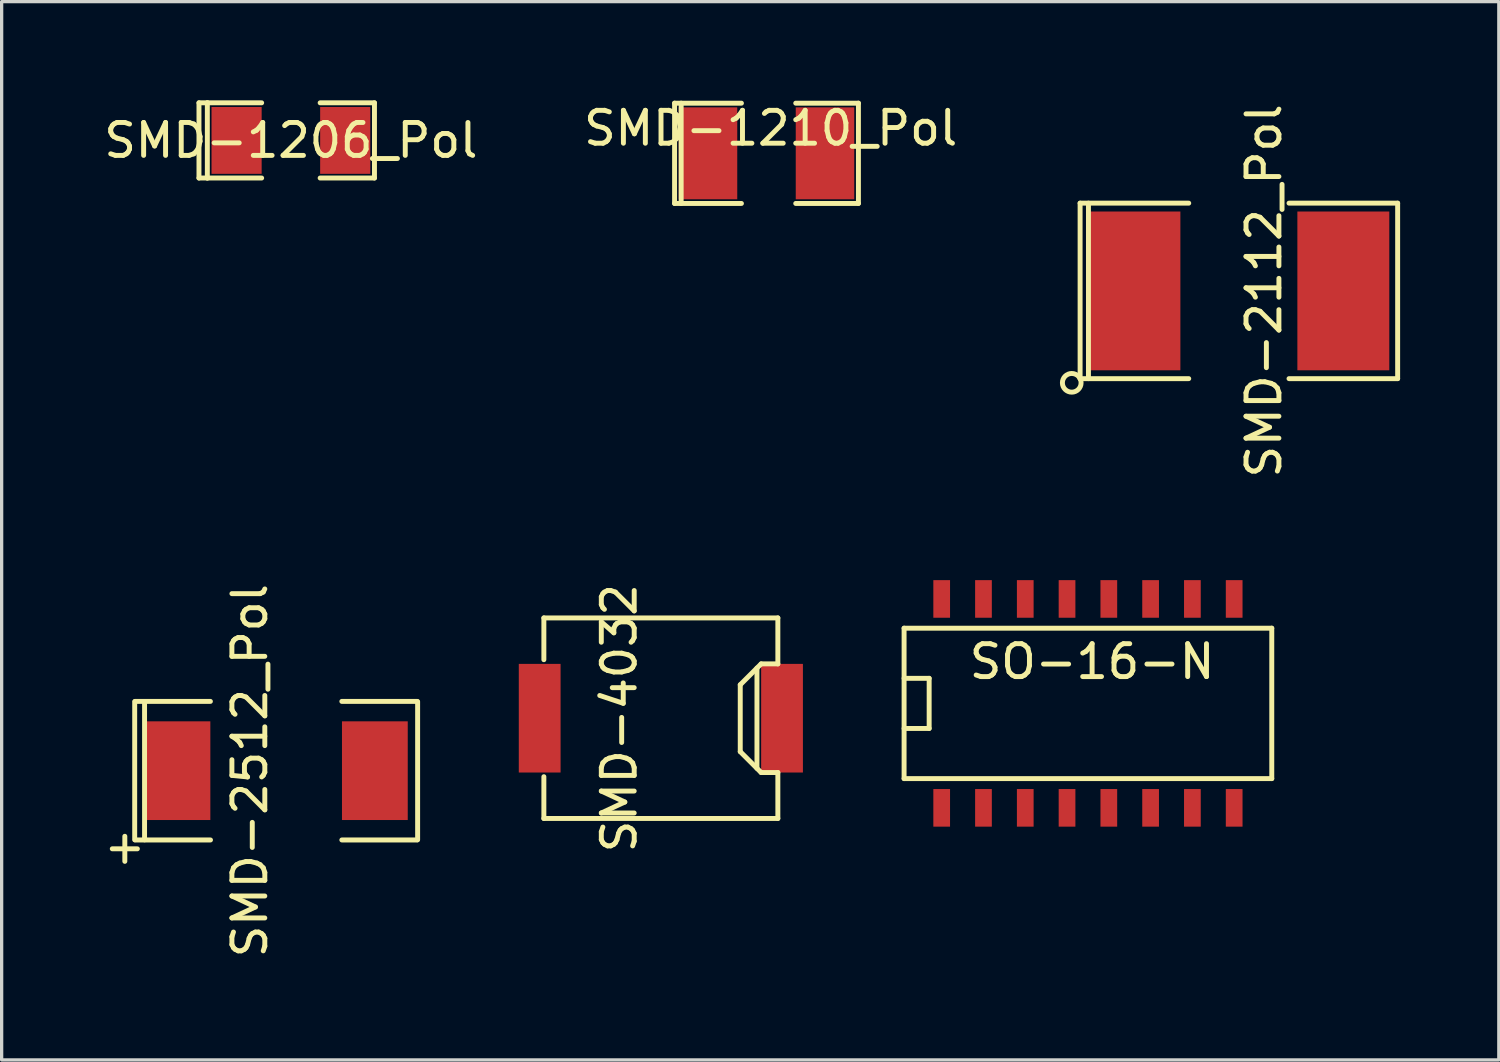
<source format=kicad_pcb>
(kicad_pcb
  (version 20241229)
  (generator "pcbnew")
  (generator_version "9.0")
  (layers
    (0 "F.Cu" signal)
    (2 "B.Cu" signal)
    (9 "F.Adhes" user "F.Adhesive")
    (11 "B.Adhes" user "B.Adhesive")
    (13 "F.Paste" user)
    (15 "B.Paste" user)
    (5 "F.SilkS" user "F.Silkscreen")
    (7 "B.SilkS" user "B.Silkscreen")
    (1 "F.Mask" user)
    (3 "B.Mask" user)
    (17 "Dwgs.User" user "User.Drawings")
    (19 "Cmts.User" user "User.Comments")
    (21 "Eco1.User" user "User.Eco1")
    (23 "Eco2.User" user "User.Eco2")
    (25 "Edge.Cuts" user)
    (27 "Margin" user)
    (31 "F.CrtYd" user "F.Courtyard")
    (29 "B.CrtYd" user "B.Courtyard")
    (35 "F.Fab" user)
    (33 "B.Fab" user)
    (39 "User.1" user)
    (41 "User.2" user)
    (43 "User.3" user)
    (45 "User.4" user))
  (footprint "SMD-2512_Pol"
    (layer "F.Cu")
    (at 5.344 20.375)
    (property "Reference" "SMD-2512_Pol" (at -0.8 0 90) (layer "F.SilkS") (effects (font (size 1 1) (thickness 0.15))))
    (attr smd)
    (fp_line (start -4.3 -2.101) (end -4.3 2.101) (stroke (width 0.15) (type solid)) (layer "F.SilkS"))
    (fp_line (start -4.282 2.106) (end -1.996 2.106) (stroke (width 0.15) (type solid)) (layer "F.SilkS"))
    (fp_line (start -4 -2.101) (end -4 2.101) (stroke (width 0.15) (type solid)) (layer "F.SilkS"))
    (fp_line (start -1.999 -2.106) (end -4.285 -2.106) (stroke (width 0.15) (type solid)) (layer "F.SilkS"))
    (fp_line (start 1.996 2.106) (end 4.282 2.106) (stroke (width 0.15) (type solid)) (layer "F.SilkS"))
    (fp_line (start 4.282 -2.106) (end 1.996 -2.106) (stroke (width 0.15) (type solid)) (layer "F.SilkS"))
    (fp_line (start 4.3 -2.101) (end 4.3 2.101) (stroke (width 0.15) (type solid)) (layer "F.SilkS"))
    (fp_text user "+" (at -4.6 2.301 0) (layer "F.SilkS") (effects (font (size 1 1) (thickness 0.15))))
    (pad "1" smd rect (at -3 0) (size 1.999 3) (layers "F.Cu" "F.Mask" "F.Paste"))
    (pad "2" smd rect (at 3 0) (size 1.999 3) (layers "F.Cu" "F.Mask" "F.Paste")))
  (footprint "SMD-4032"
    (layer "F.Cu")
    (at 17.037 18.78)
    (property "Reference" "SMD-4032" (at -1.265 0 90) (layer "F.SilkS") (effects (font (size 1 1) (thickness 0.15))))
    (attr smd)
    (fp_line (start -3.556 -3.048) (end -3.556 -1.778) (stroke (width 0.15) (type solid)) (layer "F.SilkS"))
    (fp_line (start -3.556 -3.048) (end 3.556 -3.048) (stroke (width 0.15) (type solid)) (layer "F.SilkS"))
    (fp_line (start -3.556 3.048) (end -3.556 1.778) (stroke (width 0.15) (type solid)) (layer "F.SilkS"))
    (fp_line (start 2.413 1.016) (end 2.413 -1.016) (stroke (width 0.15) (type solid)) (layer "F.SilkS"))
    (fp_line (start 2.921 -1.524) (end 2.921 1.524) (stroke (width 0.15) (type solid)) (layer "F.SilkS"))
    (fp_line (start 3.048 -1.651) (end 2.413 -1.016) (stroke (width 0.15) (type solid)) (layer "F.SilkS"))
    (fp_line (start 3.048 1.651) (end 2.413 1.016) (stroke (width 0.15) (type solid)) (layer "F.SilkS"))
    (fp_line (start 3.556 -1.651) (end 3.048 -1.651) (stroke (width 0.15) (type solid)) (layer "F.SilkS"))
    (fp_line (start 3.556 -1.651) (end 3.556 -3.048) (stroke (width 0.15) (type solid)) (layer "F.SilkS"))
    (fp_line (start 3.556 1.651) (end 3.048 1.651) (stroke (width 0.15) (type solid)) (layer "F.SilkS"))
    (fp_line (start 3.556 3.048) (end -3.556 3.048) (stroke (width 0.15) (type solid)) (layer "F.SilkS"))
    (fp_line (start 3.556 3.048) (end 3.556 1.651) (stroke (width 0.15) (type solid)) (layer "F.SilkS"))
    (pad "1" smd rect (at -3.683 0) (size 1.27 3.302) (layers "F.Cu" "F.Mask" "F.Paste"))
    (pad "2" smd rect (at 3.683 0) (size 1.27 3.302) (layers "F.Cu" "F.Mask" "F.Paste")))
  (footprint "SMD-1206_Pol"
    (layer "F.Cu")
    (at 5.792 1.218)
    (property "Reference" "SMD-1206_Pol" (at 0 0 0) (layer "F.SilkS") (effects (font (size 1 1) (thickness 0.15))))
    (attr smd)
    (fp_line (start -2.794 -1.143) (end -2.794 1.143) (stroke (width 0.15) (type solid)) (layer "F.SilkS"))
    (fp_line (start -2.794 1.143) (end -2.54 1.143) (stroke (width 0.15) (type solid)) (layer "F.SilkS"))
    (fp_line (start -2.54 -1.143) (end -2.794 -1.143) (stroke (width 0.15) (type solid)) (layer "F.SilkS"))
    (fp_line (start -2.54 -1.143) (end -2.54 1.143) (stroke (width 0.15) (type solid)) (layer "F.SilkS"))
    (fp_line (start -2.54 1.143) (end -0.889 1.143) (stroke (width 0.15) (type solid)) (layer "F.SilkS"))
    (fp_line (start -0.889 -1.143) (end -2.54 -1.143) (stroke (width 0.15) (type solid)) (layer "F.SilkS"))
    (fp_line (start 0.889 -1.143) (end 2.54 -1.143) (stroke (width 0.15) (type solid)) (layer "F.SilkS"))
    (fp_line (start 2.54 -1.143) (end 2.54 1.143) (stroke (width 0.15) (type solid)) (layer "F.SilkS"))
    (fp_line (start 2.54 1.143) (end 0.889 1.143) (stroke (width 0.15) (type solid)) (layer "F.SilkS"))
    (pad "1" smd rect (at -1.651 0) (size 1.524 2.032) (layers "F.Cu" "F.Mask" "F.Paste"))
    (pad "2" smd rect (at 1.651 0) (size 1.524 2.032) (layers "F.Cu" "F.Mask" "F.Paste")))
  (footprint "SO-16-N"
    (layer "F.Cu")
    (at 30.018 18.33)
    (property "Reference" "SO-16-N" (at 0.127 -1.27 0) (layer "F.SilkS") (effects (font (size 1 1) (thickness 0.15))))
    (attr smd)
    (fp_line (start -5.588 -2.286) (end 5.588 -2.286) (stroke (width 0.15) (type solid)) (layer "F.SilkS"))
    (fp_line (start -5.588 -0.762) (end -4.826 -0.762) (stroke (width 0.15) (type solid)) (layer "F.SilkS"))
    (fp_line (start -5.588 2.286) (end -5.588 -2.286) (stroke (width 0.15) (type solid)) (layer "F.SilkS"))
    (fp_line (start -4.826 -0.762) (end -4.826 0.762) (stroke (width 0.15) (type solid)) (layer "F.SilkS"))
    (fp_line (start -4.826 0.762) (end -5.588 0.762) (stroke (width 0.15) (type solid)) (layer "F.SilkS"))
    (fp_line (start 5.588 -2.286) (end 5.588 2.286) (stroke (width 0.15) (type solid)) (layer "F.SilkS"))
    (fp_line (start 5.588 2.286) (end -5.588 2.286) (stroke (width 0.15) (type solid)) (layer "F.SilkS"))
    (pad "1" smd rect (at -4.445 3.175) (size 0.508 1.143) (layers "F.Cu" "F.Mask" "F.Paste"))
    (pad "2" smd rect (at -3.175 3.175) (size 0.508 1.143) (layers "F.Cu" "F.Mask" "F.Paste"))
    (pad "3" smd rect (at -1.905 3.175) (size 0.508 1.143) (layers "F.Cu" "F.Mask" "F.Paste"))
    (pad "4" smd rect (at -0.635 3.175) (size 0.508 1.143) (layers "F.Cu" "F.Mask" "F.Paste"))
    (pad "5" smd rect (at 0.635 3.175) (size 0.508 1.143) (layers "F.Cu" "F.Mask" "F.Paste"))
    (pad "6" smd rect (at 1.905 3.175) (size 0.508 1.143) (layers "F.Cu" "F.Mask" "F.Paste"))
    (pad "7" smd rect (at 3.175 3.175) (size 0.508 1.143) (layers "F.Cu" "F.Mask" "F.Paste"))
    (pad "8" smd rect (at 4.445 3.175) (size 0.508 1.143) (layers "F.Cu" "F.Mask" "F.Paste"))
    (pad "9" smd rect (at 4.445 -3.175) (size 0.508 1.143) (layers "F.Cu" "F.Mask" "F.Paste"))
    (pad "10" smd rect (at 3.175 -3.175) (size 0.508 1.143) (layers "F.Cu" "F.Mask" "F.Paste"))
    (pad "11" smd rect (at 1.905 -3.175) (size 0.508 1.143) (layers "F.Cu" "F.Mask" "F.Paste"))
    (pad "12" smd rect (at 0.635 -3.175) (size 0.508 1.143) (layers "F.Cu" "F.Mask" "F.Paste"))
    (pad "13" smd rect (at -0.635 -3.175) (size 0.508 1.143) (layers "F.Cu" "F.Mask" "F.Paste"))
    (pad "14" smd rect (at -1.905 -3.175) (size 0.508 1.143) (layers "F.Cu" "F.Mask" "F.Paste"))
    (pad "15" smd rect (at -3.175 -3.175) (size 0.508 1.143) (layers "F.Cu" "F.Mask" "F.Paste"))
    (pad "16" smd rect (at -4.445 -3.175) (size 0.508 1.143) (layers "F.Cu" "F.Mask" "F.Paste")))
  (footprint "SMD-1210_Pol"
    (layer "F.Cu")
    (at 20.248 1.61)
    (property "Reference" "SMD-1210_Pol" (at 0.127 -0.762 0) (layer "F.SilkS") (effects (font (size 1 1) (thickness 0.15))))
    (attr smd)
    (fp_line (start -2.794 -1.524) (end -2.794 1.524) (stroke (width 0.15) (type solid)) (layer "F.SilkS"))
    (fp_line (start -2.794 1.524) (end -0.762 1.524) (stroke (width 0.15) (type solid)) (layer "F.SilkS"))
    (fp_line (start -2.594 -1.524) (end -2.594 1.524) (stroke (width 0.15) (type solid)) (layer "F.SilkS"))
    (fp_line (start -0.762 -1.524) (end -2.794 -1.524) (stroke (width 0.15) (type solid)) (layer "F.SilkS"))
    (fp_line (start 0.889 1.524) (end 2.794 1.524) (stroke (width 0.15) (type solid)) (layer "F.SilkS"))
    (fp_line (start 2.794 -1.524) (end 0.889 -1.524) (stroke (width 0.15) (type solid)) (layer "F.SilkS"))
    (fp_line (start 2.794 1.524) (end 2.794 -1.524) (stroke (width 0.15) (type solid)) (layer "F.SilkS"))
    (pad "1" smd rect (at -1.778 0) (size 1.778 2.794) (layers "F.Cu" "F.Mask" "F.Paste"))
    (pad "2" smd rect (at 1.778 0) (size 1.778 2.794) (layers "F.Cu" "F.Mask" "F.Paste")))
  (footprint "SMD-2112_Pol"
    (layer "F.Cu")
    (at 34.606 5.792)
    (property "Reference" "SMD-2112_Pol" (at 0.762 0 90) (layer "F.SilkS") (effects (font (size 1 1) (thickness 0.15))))
    (attr smd)
    (fp_line (start -4.826 -2.667) (end -4.826 2.667) (stroke (width 0.15) (type solid)) (layer "F.SilkS"))
    (fp_line (start -4.572 -2.667) (end -4.572 2.667) (stroke (width 0.15) (type solid)) (layer "F.SilkS"))
    (fp_line (start -1.524 -2.667) (end -4.826 -2.667) (stroke (width 0.15) (type solid)) (layer "F.SilkS"))
    (fp_line (start -1.524 2.667) (end -4.826 2.667) (stroke (width 0.15) (type solid)) (layer "F.SilkS"))
    (fp_line (start 1.524 -2.667) (end 4.826 -2.667) (stroke (width 0.15) (type solid)) (layer "F.SilkS"))
    (fp_line (start 4.826 -2.667) (end 4.826 2.667) (stroke (width 0.15) (type solid)) (layer "F.SilkS"))
    (fp_line (start 4.826 2.667) (end 1.524 2.667) (stroke (width 0.15) (type solid)) (layer "F.SilkS"))
    (fp_circle (center -5.08 2.794) (end -4.826 2.667) (stroke (width 0.15) (type solid)) (fill no) (layer "F.SilkS"))
    (pad "1" smd rect (at -3.175 0) (size 2.794 4.826) (layers "F.Cu" "F.Mask" "F.Paste"))
    (pad "2" smd rect (at 3.175 0) (size 2.794 4.826) (layers "F.Cu" "F.Mask" "F.Paste")))
  (gr_rect
    (start -3 -3)
    (end 42.507 29.167)
    (stroke (width 0.1) (type default))
    (fill no)
    (layer "Edge.Cuts")))
</source>
